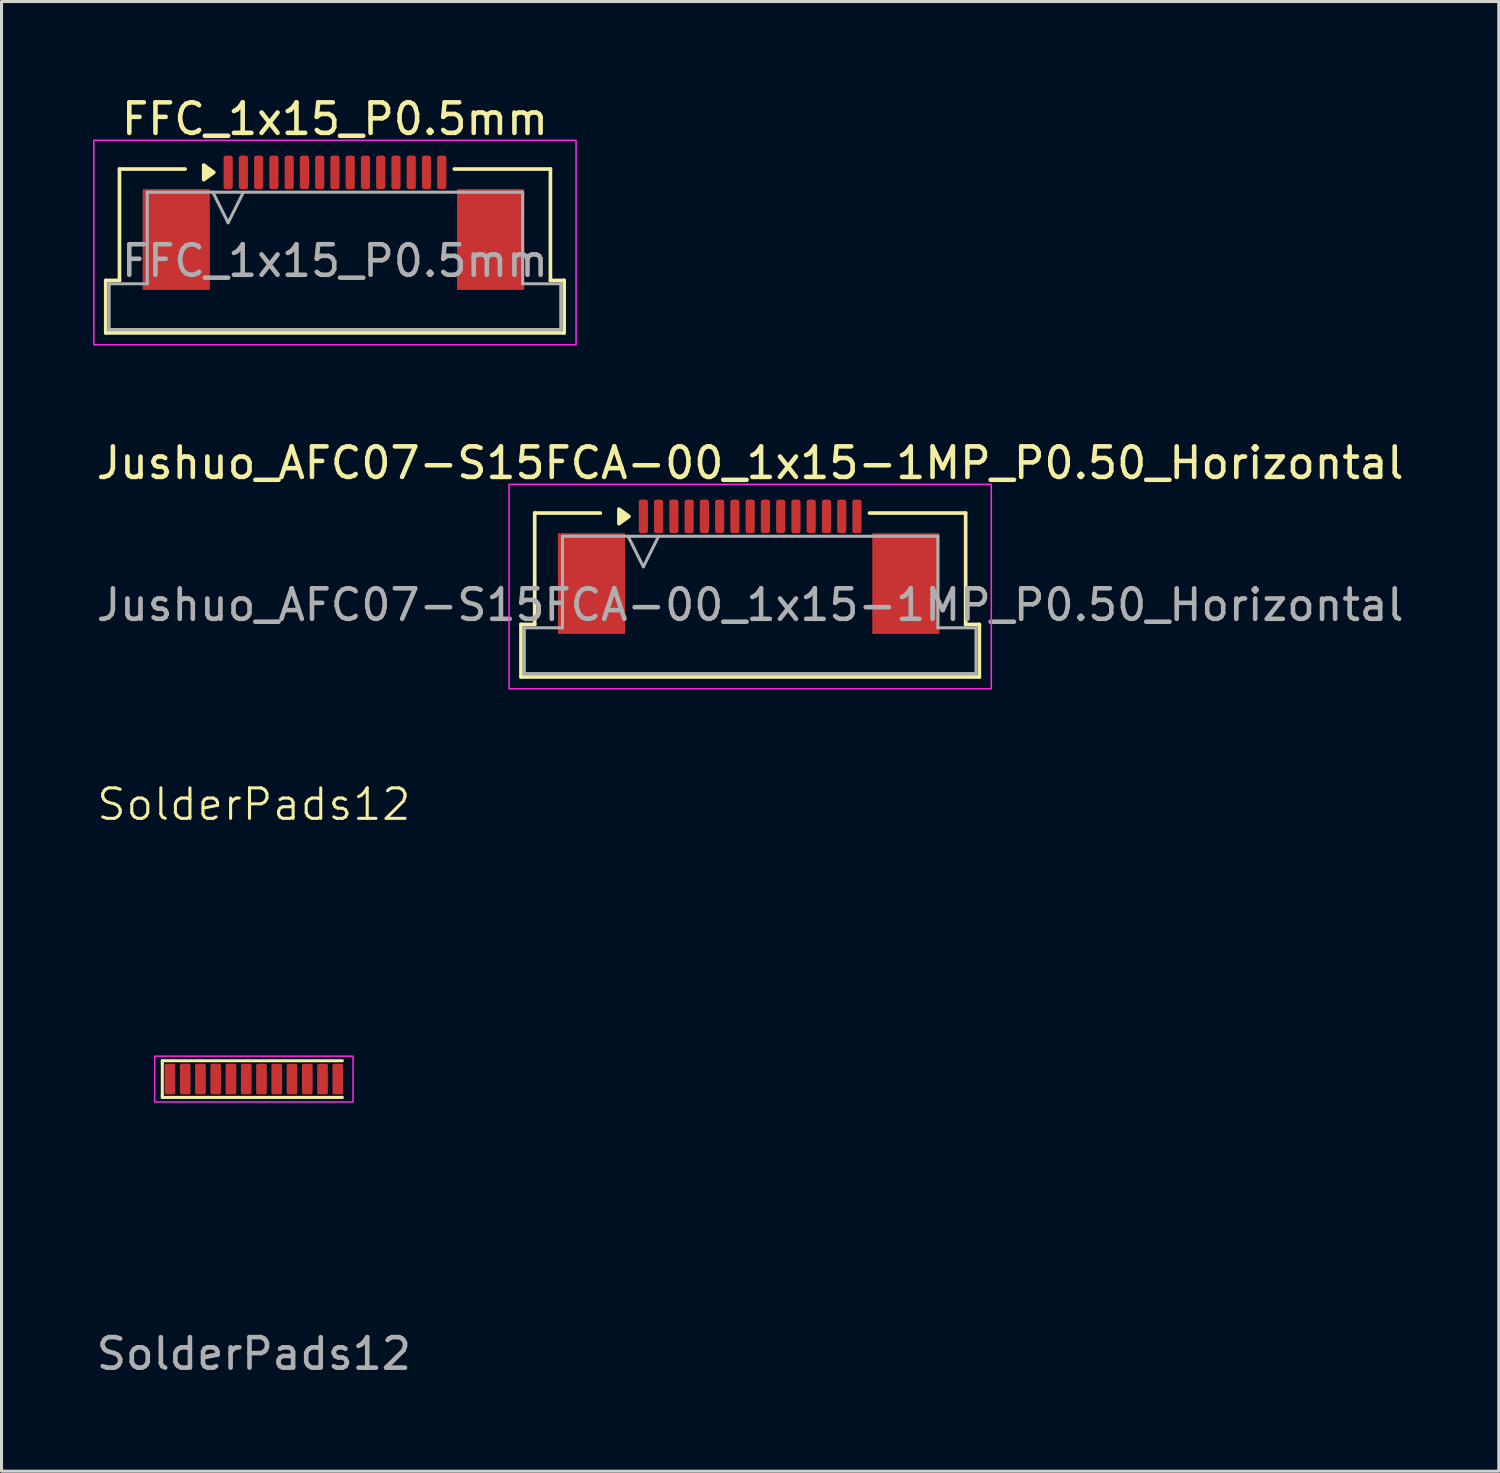
<source format=kicad_pcb>
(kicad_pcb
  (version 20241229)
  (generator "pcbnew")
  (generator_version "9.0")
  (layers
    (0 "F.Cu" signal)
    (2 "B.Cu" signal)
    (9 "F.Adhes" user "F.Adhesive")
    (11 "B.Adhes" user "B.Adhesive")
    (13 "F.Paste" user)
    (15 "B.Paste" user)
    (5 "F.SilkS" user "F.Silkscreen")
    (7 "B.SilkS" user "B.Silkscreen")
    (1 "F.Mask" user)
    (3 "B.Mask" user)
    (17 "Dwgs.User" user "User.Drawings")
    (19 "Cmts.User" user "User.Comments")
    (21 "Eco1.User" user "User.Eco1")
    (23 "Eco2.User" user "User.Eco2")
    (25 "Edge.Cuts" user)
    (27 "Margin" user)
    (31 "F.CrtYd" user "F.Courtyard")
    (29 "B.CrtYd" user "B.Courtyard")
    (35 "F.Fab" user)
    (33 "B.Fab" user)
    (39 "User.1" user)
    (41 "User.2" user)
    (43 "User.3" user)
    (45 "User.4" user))
  (footprint "FFC_1x15_P0.5mm"
    (layer "F.Cu")
    (at 7.925 5.498)
    (property "Reference" "FFC_1x15_P0.5mm" (at 0 -4.65 0) (layer "F.SilkS") (effects (font (size 1 1) (thickness 0.15))))
    (attr smd)
    (fp_line (start -7.51 0.64) (end -7.06 0.64) (stroke (width 0.12) (type solid)) (layer "F.SilkS"))
    (fp_line (start -7.51 2.36) (end -7.51 0.64) (stroke (width 0.12) (type solid)) (layer "F.SilkS"))
    (fp_line (start -7.06 -3.01) (end -4.91 -3.01) (stroke (width 0.12) (type solid)) (layer "F.SilkS"))
    (fp_line (start -7.06 0.64) (end -7.06 -3.01) (stroke (width 0.12) (type solid)) (layer "F.SilkS"))
    (fp_line (start 3.91 -3.01) (end 7.06 -3.01) (stroke (width 0.12) (type solid)) (layer "F.SilkS"))
    (fp_line (start 7.06 -3.01) (end 7.06 0.64) (stroke (width 0.12) (type solid)) (layer "F.SilkS"))
    (fp_line (start 7.06 0.64) (end 7.51 0.64) (stroke (width 0.12) (type solid)) (layer "F.SilkS"))
    (fp_line (start 7.51 0.64) (end 7.51 2.36) (stroke (width 0.12) (type solid)) (layer "F.SilkS"))
    (fp_line (start 7.51 2.36) (end -7.51 2.36) (stroke (width 0.12) (type solid)) (layer "F.SilkS"))
    (fp_poly (pts (xy -3.97 -2.9) (xy -4.3 -2.66) (xy -4.3 -3.14)) (stroke (width 0.12) (type solid)) (fill yes) (layer "F.SilkS"))
    (fp_rect (start -7.9 -3.95) (end 7.9 2.75) (stroke (width 0.05) (type solid)) (fill no) (layer "F.CrtYd"))
    (fp_line (start -7.4 0.75) (end -6.15 0.75) (stroke (width 0.1) (type solid)) (layer "F.Fab"))
    (fp_line (start -7.4 2.25) (end -7.4 0.75) (stroke (width 0.1) (type solid)) (layer "F.Fab"))
    (fp_line (start -6.15 -2.25) (end 6.15 -2.25) (stroke (width 0.1) (type solid)) (layer "F.Fab"))
    (fp_line (start -6.15 0.75) (end -6.15 -2.25) (stroke (width 0.1) (type solid)) (layer "F.Fab"))
    (fp_line (start -4 -2.25) (end -3.5 -1.25) (stroke (width 0.1) (type solid)) (layer "F.Fab"))
    (fp_line (start -3.5 -1.25) (end -3 -2.25) (stroke (width 0.1) (type solid)) (layer "F.Fab"))
    (fp_line (start 6.15 -2.25) (end 6.15 0.75) (stroke (width 0.1) (type solid)) (layer "F.Fab"))
    (fp_line (start 6.15 0.75) (end 7.4 0.75) (stroke (width 0.1) (type solid)) (layer "F.Fab"))
    (fp_line (start 7.4 0.75) (end 7.4 2.25) (stroke (width 0.1) (type solid)) (layer "F.Fab"))
    (fp_line (start 7.4 2.25) (end -7.4 2.25) (stroke (width 0.1) (type solid)) (layer "F.Fab"))
    (fp_text user "${REFERENCE}" (at 0 0 0) (layer "F.Fab") (effects (font (size 1 1) (thickness 0.15))))
    (pad "1" smd roundrect (at -3.5 -2.9) (size 0.3 1.1) (layers "F.Cu" "F.Mask" "F.Paste") (roundrect_rratio 0.25))
    (pad "2" smd roundrect (at -3 -2.9) (size 0.3 1.1) (layers "F.Cu" "F.Mask" "F.Paste") (roundrect_rratio 0.25))
    (pad "3" smd roundrect (at -2.5 -2.9) (size 0.3 1.1) (layers "F.Cu" "F.Mask" "F.Paste") (roundrect_rratio 0.25))
    (pad "4" smd roundrect (at -2 -2.9) (size 0.3 1.1) (layers "F.Cu" "F.Mask" "F.Paste") (roundrect_rratio 0.25))
    (pad "5" smd roundrect (at -1.5 -2.9) (size 0.3 1.1) (layers "F.Cu" "F.Mask" "F.Paste") (roundrect_rratio 0.25))
    (pad "6" smd roundrect (at -1 -2.9) (size 0.3 1.1) (layers "F.Cu" "F.Mask" "F.Paste") (roundrect_rratio 0.25))
    (pad "7" smd roundrect (at -0.5 -2.9) (size 0.3 1.1) (layers "F.Cu" "F.Mask" "F.Paste") (roundrect_rratio 0.25))
    (pad "8" smd roundrect (at 0 -2.9) (size 0.3 1.1) (layers "F.Cu" "F.Mask" "F.Paste") (roundrect_rratio 0.25))
    (pad "9" smd roundrect (at 0.5 -2.9) (size 0.3 1.1) (layers "F.Cu" "F.Mask" "F.Paste") (roundrect_rratio 0.25))
    (pad "10" smd roundrect (at 1 -2.9) (size 0.3 1.1) (layers "F.Cu" "F.Mask" "F.Paste") (roundrect_rratio 0.25))
    (pad "11" smd roundrect (at 1.5 -2.9) (size 0.3 1.1) (layers "F.Cu" "F.Mask" "F.Paste") (roundrect_rratio 0.25))
    (pad "12" smd roundrect (at 2 -2.9) (size 0.3 1.1) (layers "F.Cu" "F.Mask" "F.Paste") (roundrect_rratio 0.25))
    (pad "13" smd roundrect (at 2.5 -2.9) (size 0.3 1.1) (layers "F.Cu" "F.Mask" "F.Paste") (roundrect_rratio 0.25))
    (pad "14" smd roundrect (at 3 -2.9) (size 0.3 1.1) (layers "F.Cu" "F.Mask" "F.Paste") (roundrect_rratio 0.25))
    (pad "15" smd roundrect (at 3.5 -2.9) (size 0.3 1.1) (layers "F.Cu" "F.Mask" "F.Paste") (roundrect_rratio 0.25))
    (pad "MP" smd rect (at -5.2 -0.7 90) (size 3.3 2.2) (layers "F.Cu" "F.Mask" "F.Paste"))
    (pad "MP" smd rect (at 5.1 -0.7 90) (size 3.3 2.2) (layers "F.Cu" "F.Mask" "F.Paste")))
  (footprint "Jushuo_AFC07-S15FCA-00_1x15-1MP_P0.50_Horizontal"
    (layer "F.Cu")
    (at 21.53 16.771)
    (property "Reference" "Jushuo_AFC07-S15FCA-00_1x15-1MP_P0.50_Horizontal" (at 0 -4.65 0) (layer "F.SilkS") (effects (font (size 1 1) (thickness 0.15))))
    (attr smd)
    (fp_line (start -7.51 0.64) (end -7.06 0.64) (stroke (width 0.12) (type solid)) (layer "F.SilkS"))
    (fp_line (start -7.51 2.36) (end -7.51 0.64) (stroke (width 0.12) (type solid)) (layer "F.SilkS"))
    (fp_line (start -7.06 -3.01) (end -4.91 -3.01) (stroke (width 0.12) (type solid)) (layer "F.SilkS"))
    (fp_line (start -7.06 0.64) (end -7.06 -3.01) (stroke (width 0.12) (type solid)) (layer "F.SilkS"))
    (fp_line (start 3.91 -3.01) (end 7.06 -3.01) (stroke (width 0.12) (type solid)) (layer "F.SilkS"))
    (fp_line (start 7.06 -3.01) (end 7.06 0.64) (stroke (width 0.12) (type solid)) (layer "F.SilkS"))
    (fp_line (start 7.06 0.64) (end 7.51 0.64) (stroke (width 0.12) (type solid)) (layer "F.SilkS"))
    (fp_line (start 7.51 0.64) (end 7.51 2.36) (stroke (width 0.12) (type solid)) (layer "F.SilkS"))
    (fp_line (start 7.51 2.36) (end -7.51 2.36) (stroke (width 0.12) (type solid)) (layer "F.SilkS"))
    (fp_poly (pts (xy -3.97 -2.9) (xy -4.3 -2.66) (xy -4.3 -3.14)) (stroke (width 0.12) (type solid)) (fill yes) (layer "F.SilkS"))
    (fp_rect (start -7.9 -3.95) (end 7.9 2.75) (stroke (width 0.05) (type solid)) (fill no) (layer "F.CrtYd"))
    (fp_line (start -7.4 0.75) (end -6.15 0.75) (stroke (width 0.1) (type solid)) (layer "F.Fab"))
    (fp_line (start -7.4 2.25) (end -7.4 0.75) (stroke (width 0.1) (type solid)) (layer "F.Fab"))
    (fp_line (start -6.15 -2.25) (end 6.15 -2.25) (stroke (width 0.1) (type solid)) (layer "F.Fab"))
    (fp_line (start -6.15 0.75) (end -6.15 -2.25) (stroke (width 0.1) (type solid)) (layer "F.Fab"))
    (fp_line (start -4 -2.25) (end -3.5 -1.25) (stroke (width 0.1) (type solid)) (layer "F.Fab"))
    (fp_line (start -3.5 -1.25) (end -3 -2.25) (stroke (width 0.1) (type solid)) (layer "F.Fab"))
    (fp_line (start 6.15 -2.25) (end 6.15 0.75) (stroke (width 0.1) (type solid)) (layer "F.Fab"))
    (fp_line (start 6.15 0.75) (end 7.4 0.75) (stroke (width 0.1) (type solid)) (layer "F.Fab"))
    (fp_line (start 7.4 0.75) (end 7.4 2.25) (stroke (width 0.1) (type solid)) (layer "F.Fab"))
    (fp_line (start 7.4 2.25) (end -7.4 2.25) (stroke (width 0.1) (type solid)) (layer "F.Fab"))
    (fp_text user "${REFERENCE}" (at 0 0 0) (layer "F.Fab") (effects (font (size 1 1) (thickness 0.15))))
    (pad "1" smd roundrect (at -3.5 -2.9) (size 0.3 1.1) (layers "F.Cu" "F.Mask" "F.Paste") (roundrect_rratio 0.25))
    (pad "2" smd roundrect (at -3 -2.9) (size 0.3 1.1) (layers "F.Cu" "F.Mask" "F.Paste") (roundrect_rratio 0.25))
    (pad "3" smd roundrect (at -2.5 -2.9) (size 0.3 1.1) (layers "F.Cu" "F.Mask" "F.Paste") (roundrect_rratio 0.25))
    (pad "4" smd roundrect (at -2 -2.9) (size 0.3 1.1) (layers "F.Cu" "F.Mask" "F.Paste") (roundrect_rratio 0.25))
    (pad "5" smd roundrect (at -1.5 -2.9) (size 0.3 1.1) (layers "F.Cu" "F.Mask" "F.Paste") (roundrect_rratio 0.25))
    (pad "6" smd roundrect (at -1 -2.9) (size 0.3 1.1) (layers "F.Cu" "F.Mask" "F.Paste") (roundrect_rratio 0.25))
    (pad "7" smd roundrect (at -0.5 -2.9) (size 0.3 1.1) (layers "F.Cu" "F.Mask" "F.Paste") (roundrect_rratio 0.25))
    (pad "8" smd roundrect (at 0 -2.9) (size 0.3 1.1) (layers "F.Cu" "F.Mask" "F.Paste") (roundrect_rratio 0.25))
    (pad "9" smd roundrect (at 0.5 -2.9) (size 0.3 1.1) (layers "F.Cu" "F.Mask" "F.Paste") (roundrect_rratio 0.25))
    (pad "10" smd roundrect (at 1 -2.9) (size 0.3 1.1) (layers "F.Cu" "F.Mask" "F.Paste") (roundrect_rratio 0.25))
    (pad "11" smd roundrect (at 1.5 -2.9) (size 0.3 1.1) (layers "F.Cu" "F.Mask" "F.Paste") (roundrect_rratio 0.25))
    (pad "12" smd roundrect (at 2 -2.9) (size 0.3 1.1) (layers "F.Cu" "F.Mask" "F.Paste") (roundrect_rratio 0.25))
    (pad "13" smd roundrect (at 2.5 -2.9) (size 0.3 1.1) (layers "F.Cu" "F.Mask" "F.Paste") (roundrect_rratio 0.25))
    (pad "14" smd roundrect (at 3 -2.9) (size 0.3 1.1) (layers "F.Cu" "F.Mask" "F.Paste") (roundrect_rratio 0.25))
    (pad "15" smd roundrect (at 3.5 -2.9) (size 0.3 1.1) (layers "F.Cu" "F.Mask" "F.Paste") (roundrect_rratio 0.25))
    (pad "MP" smd rect (at -5.2 -0.7 90) (size 3.3 2.2) (layers "F.Cu" "F.Mask" "F.Paste"))
    (pad "MP" smd rect (at 5.1 -0.7 90) (size 3.3 2.2) (layers "F.Cu" "F.Mask" "F.Paste")))
  (footprint "SolderPads12"
    (layer "F.Cu")
    (at 5.268 32.307)
    (property "Reference" "SolderPads12" (at 0 -9 0) (unlocked yes) (layer "F.SilkS") (effects (font (size 1 1) (thickness 0.1))))
    (attr smd exclude_from_pos_files exclude_from_bom)
    (fp_line (start -3 -0.6) (end 2.9 -0.6) (stroke (width 0.1) (type default)) (layer "F.SilkS"))
    (fp_line (start -3 -0.5) (end -3 -0.6) (stroke (width 0.1) (type default)) (layer "F.SilkS"))
    (fp_line (start -3 -0.5) (end -3 0.5) (stroke (width 0.1) (type default)) (layer "F.SilkS"))
    (fp_line (start -3 0.5) (end -3 0.6) (stroke (width 0.1) (type default)) (layer "F.SilkS"))
    (fp_line (start -3 0.6) (end 2.9 0.6) (stroke (width 0.1) (type default)) (layer "F.SilkS"))
    (fp_rect (start -3.25 -0.75) (end 3.25 0.75) (stroke (width 0.05) (type default)) (fill no) (layer "F.CrtYd"))
    (fp_text user "${REFERENCE}" (at 0 9 0) (unlocked yes) (layer "F.Fab") (effects (font (size 1 1) (thickness 0.15))))
    (pad "1" smd roundrect (at -2.75 0) (size 0.35 1) (layers "F.Cu" "F.Mask" "F.Paste") (roundrect_rratio 0.15))
    (pad "2" smd roundrect (at -2.25 0) (size 0.35 1) (layers "F.Cu" "F.Mask" "F.Paste") (roundrect_rratio 0.15))
    (pad "3" smd roundrect (at -1.75 0) (size 0.35 1) (layers "F.Cu" "F.Mask" "F.Paste") (roundrect_rratio 0.15))
    (pad "4" smd roundrect (at -1.25 0) (size 0.35 1) (layers "F.Cu" "F.Mask" "F.Paste") (roundrect_rratio 0.15))
    (pad "5" smd roundrect (at -0.75 0) (size 0.35 1) (layers "F.Cu" "F.Mask" "F.Paste") (roundrect_rratio 0.15))
    (pad "6" smd roundrect (at -0.25 0) (size 0.35 1) (layers "F.Cu" "F.Mask" "F.Paste") (roundrect_rratio 0.15))
    (pad "7" smd roundrect (at 0.25 0) (size 0.35 1) (layers "F.Cu" "F.Mask" "F.Paste") (roundrect_rratio 0.15))
    (pad "8" smd roundrect (at 0.75 0) (size 0.35 1) (layers "F.Cu" "F.Mask" "F.Paste") (roundrect_rratio 0.15))
    (pad "9" smd roundrect (at 1.25 0) (size 0.35 1) (layers "F.Cu" "F.Mask" "F.Paste") (roundrect_rratio 0.15))
    (pad "10" smd roundrect (at 1.75 0) (size 0.35 1) (layers "F.Cu" "F.Mask" "F.Paste") (roundrect_rratio 0.15))
    (pad "11" smd roundrect (at 2.25 0) (size 0.35 1) (layers "F.Cu" "F.Mask" "F.Paste") (roundrect_rratio 0.15))
    (pad "12" smd roundrect (at 2.75 0) (size 0.35 1) (layers "F.Cu" "F.Mask" "F.Paste") (roundrect_rratio 0.15)))
  (gr_rect
    (start -3 -3)
    (end 46.06 45.155)
    (stroke (width 0.1) (type default))
    (fill no)
    (layer "Edge.Cuts")))
</source>
